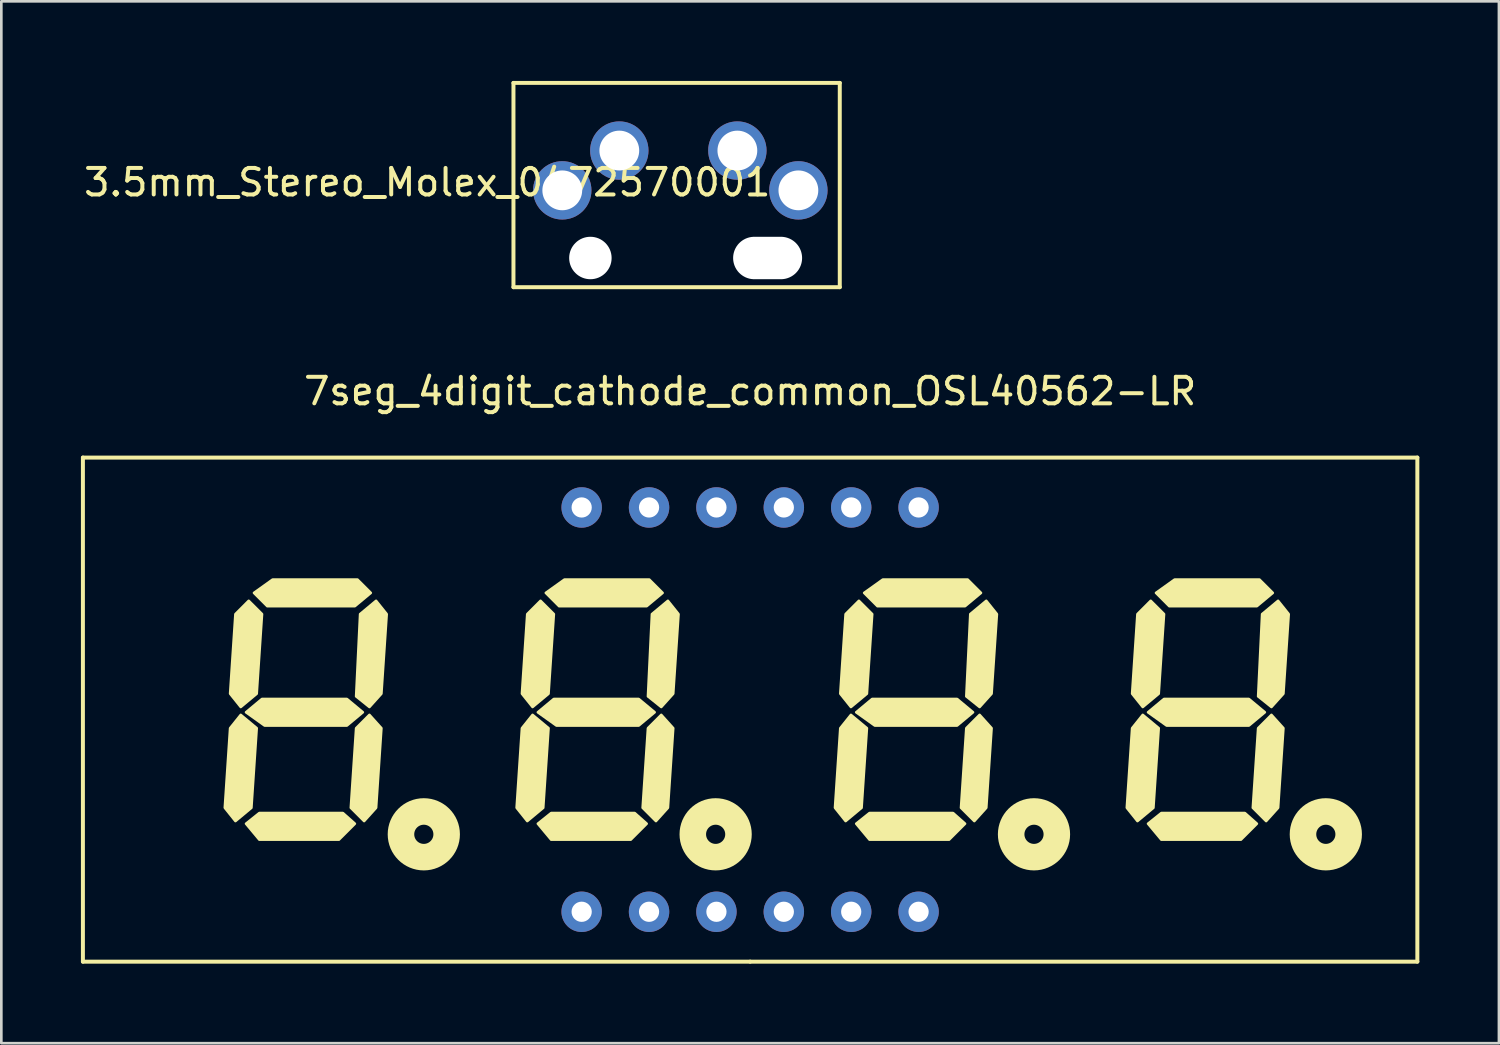
<source format=kicad_pcb>
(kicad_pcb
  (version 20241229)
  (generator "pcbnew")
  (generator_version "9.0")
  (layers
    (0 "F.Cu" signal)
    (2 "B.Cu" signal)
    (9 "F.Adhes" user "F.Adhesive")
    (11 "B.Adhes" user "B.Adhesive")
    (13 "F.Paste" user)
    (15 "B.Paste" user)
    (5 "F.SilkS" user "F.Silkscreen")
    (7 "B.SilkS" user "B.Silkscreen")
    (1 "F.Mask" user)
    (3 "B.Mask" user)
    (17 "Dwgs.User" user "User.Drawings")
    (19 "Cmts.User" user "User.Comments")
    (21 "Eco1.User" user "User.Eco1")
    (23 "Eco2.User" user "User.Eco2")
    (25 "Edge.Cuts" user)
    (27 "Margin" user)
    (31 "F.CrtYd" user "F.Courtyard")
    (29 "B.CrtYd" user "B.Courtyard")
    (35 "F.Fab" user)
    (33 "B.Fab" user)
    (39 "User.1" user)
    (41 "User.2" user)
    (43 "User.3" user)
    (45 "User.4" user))
  (footprint "3.5mm_Stereo_Molex_0472570001"
    (layer "F.Cu")
    (at 19.204 6.675)
    (property "Reference" "3.5mm_Stereo_Molex_0472570001" (at -6.15 -2.85 0) (layer "F.SilkS") (effects (font (size 1 1) (thickness 0.15))))
    (attr through_hole)
    (fp_line (start -2.9 -6.6) (end 9.4 -6.6) (stroke (width 0.15) (type solid)) (layer "F.SilkS"))
    (fp_line (start -2.9 1.1) (end -2.9 -6.6) (stroke (width 0.15) (type solid)) (layer "F.SilkS"))
    (fp_line (start 9.4 -6.6) (end 9.4 1.1) (stroke (width 0.15) (type solid)) (layer "F.SilkS"))
    (fp_line (start 9.4 1.1) (end -2.9 1.1) (stroke (width 0.15) (type solid)) (layer "F.SilkS"))
    (pad "" np_thru_hole circle (at 0 0) (size 1.6 1.6) (drill 1.6) (layers "*.Cu" "*.Mask"))
    (pad "" np_thru_hole oval (at 6.68 0) (size 2.6 1.6) (drill oval 2.6 1.6) (layers "*.Cu" "*.Mask"))
    (pad "R" thru_hole circle (at 1.09 -4.05) (size 2.2 2.2) (drill 1.5) (layers "*.Cu" "*.Mask"))
    (pad "S" thru_hole circle (at -1.06 -2.55) (size 2.2 2.2) (drill 1.5) (layers "*.Cu" "*.Mask"))
    (pad "T" thru_hole circle (at 7.84 -2.55) (size 2.2 2.2) (drill 1.5) (layers "*.Cu" "*.Mask"))
    (pad "TN" thru_hole circle (at 5.54 -4.05) (size 2.2 2.2) (drill 1.5) (layers "*.Cu" "*.Mask")))
  (footprint "7seg_4digit_cathode_common_OSL40562-LR"
    (layer "F.Cu")
    (at 25.225 23.698)
    (property "Reference" "7seg_4digit_cathode_common_OSL40562-LR" (at 0 -12 0) (layer "F.SilkS") (effects (font (size 1 1) (thickness 0.15))))
    (attr through_hole)
    (fp_line (start -25.15 -9.5) (end -25.15 9.5) (stroke (width 0.15) (type solid)) (layer "F.SilkS"))
    (fp_line (start -25.15 9.5) (end 0 9.5) (stroke (width 0.15) (type solid)) (layer "F.SilkS"))
    (fp_line (start 0 9.5) (end 25.15 9.5) (stroke (width 0.15) (type solid)) (layer "F.SilkS"))
    (fp_line (start 25.15 -9.5) (end -25.15 -9.5) (stroke (width 0.15) (type solid)) (layer "F.SilkS"))
    (fp_line (start 25.15 9.5) (end 25.15 -9.5) (stroke (width 0.15) (type solid)) (layer "F.SilkS"))
    (fp_circle (center -12.3 4.7) (end -11.939 4.7) (stroke (width 1) (type solid)) (fill no) (layer "F.SilkS"))
    (fp_circle (center -1.3 4.7) (end -0.939 4.7) (stroke (width 1) (type solid)) (fill no) (layer "F.SilkS"))
    (fp_circle (center 10.7 4.7) (end 11.061 4.7) (stroke (width 1) (type solid)) (fill no) (layer "F.SilkS"))
    (fp_circle (center 21.7 4.7) (end 22.061 4.7) (stroke (width 1) (type solid)) (fill no) (layer "F.SilkS"))
    (fp_poly (pts (xy -19.8 3.7) (xy -19.4 4.2) (xy -18.8 3.7) (xy -18.6 0.7) (xy -19.2 0.2) (xy -19.6 0.7)) (stroke (width 0.1) (type solid)) (fill yes) (layer "F.SilkS"))
    (fp_poly (pts (xy -19.6 -0.6) (xy -19.2 -0.1) (xy -18.6 -0.6) (xy -18.4 -3.6) (xy -18.9 -4.1) (xy -19.4 -3.6)) (stroke (width 0.1) (type solid)) (fill yes) (layer "F.SilkS"))
    (fp_poly (pts (xy -18.5 3.9) (xy -19 4.3) (xy -18.5 4.9) (xy -15.5 4.9) (xy -14.9 4.3) (xy -15.35 3.9)) (stroke (width 0.1) (type solid)) (fill yes) (layer "F.SilkS"))
    (fp_poly (pts (xy -18.4 -0.4) (xy -19 0.1) (xy -18.3 0.6) (xy -15.2 0.6) (xy -14.6 0.1) (xy -15.2 -0.4)) (stroke (width 0.1) (type solid)) (fill yes) (layer "F.SilkS"))
    (fp_poly (pts (xy -18 -4.9) (xy -18.7 -4.4) (xy -18.2 -3.9) (xy -14.9 -3.9) (xy -14.3 -4.4) (xy -14.8 -4.9)) (stroke (width 0.1) (type solid)) (fill yes) (layer "F.SilkS"))
    (fp_poly (pts (xy -15.05 3.7) (xy -14.55 4.2) (xy -14.1 3.7) (xy -13.9 0.7) (xy -14.35 0.2) (xy -14.85 0.7)) (stroke (width 0.1) (type solid)) (fill yes) (layer "F.SilkS"))
    (fp_poly (pts (xy -13.7 -3.6) (xy -14.1 -4.1) (xy -14.7 -3.6) (xy -14.85 -0.5) (xy -14.35 -0.1) (xy -13.9 -0.6)) (stroke (width 0.1) (type solid)) (fill yes) (layer "F.SilkS"))
    (fp_poly (pts (xy -8.8 3.7) (xy -8.4 4.2) (xy -7.8 3.7) (xy -7.6 0.7) (xy -8.2 0.2) (xy -8.6 0.7)) (stroke (width 0.1) (type solid)) (fill yes) (layer "F.SilkS"))
    (fp_poly (pts (xy -8.6 -0.6) (xy -8.2 -0.1) (xy -7.6 -0.6) (xy -7.4 -3.6) (xy -7.9 -4.1) (xy -8.4 -3.6)) (stroke (width 0.1) (type solid)) (fill yes) (layer "F.SilkS"))
    (fp_poly (pts (xy -7.5 3.9) (xy -8 4.3) (xy -7.5 4.9) (xy -4.5 4.9) (xy -3.9 4.3) (xy -4.35 3.9)) (stroke (width 0.1) (type solid)) (fill yes) (layer "F.SilkS"))
    (fp_poly (pts (xy -7.4 -0.4) (xy -8 0.1) (xy -7.3 0.6) (xy -4.2 0.6) (xy -3.6 0.1) (xy -4.2 -0.4)) (stroke (width 0.1) (type solid)) (fill yes) (layer "F.SilkS"))
    (fp_poly (pts (xy -7 -4.9) (xy -7.7 -4.4) (xy -7.2 -3.9) (xy -3.9 -3.9) (xy -3.3 -4.4) (xy -3.8 -4.9)) (stroke (width 0.1) (type solid)) (fill yes) (layer "F.SilkS"))
    (fp_poly (pts (xy -4.05 3.7) (xy -3.55 4.2) (xy -3.1 3.7) (xy -2.9 0.7) (xy -3.35 0.2) (xy -3.85 0.7)) (stroke (width 0.1) (type solid)) (fill yes) (layer "F.SilkS"))
    (fp_poly (pts (xy -2.7 -3.6) (xy -3.1 -4.1) (xy -3.7 -3.6) (xy -3.85 -0.5) (xy -3.35 -0.1) (xy -2.9 -0.6)) (stroke (width 0.1) (type solid)) (fill yes) (layer "F.SilkS"))
    (fp_poly (pts (xy 3.2 3.7) (xy 3.6 4.2) (xy 4.2 3.7) (xy 4.4 0.7) (xy 3.8 0.2) (xy 3.4 0.7)) (stroke (width 0.1) (type solid)) (fill yes) (layer "F.SilkS"))
    (fp_poly (pts (xy 3.4 -0.6) (xy 3.8 -0.1) (xy 4.4 -0.6) (xy 4.6 -3.6) (xy 4.1 -4.1) (xy 3.6 -3.6)) (stroke (width 0.1) (type solid)) (fill yes) (layer "F.SilkS"))
    (fp_poly (pts (xy 4.5 3.9) (xy 4 4.3) (xy 4.5 4.9) (xy 7.5 4.9) (xy 8.1 4.3) (xy 7.65 3.9)) (stroke (width 0.1) (type solid)) (fill yes) (layer "F.SilkS"))
    (fp_poly (pts (xy 4.6 -0.4) (xy 4 0.1) (xy 4.7 0.6) (xy 7.8 0.6) (xy 8.4 0.1) (xy 7.8 -0.4)) (stroke (width 0.1) (type solid)) (fill yes) (layer "F.SilkS"))
    (fp_poly (pts (xy 5 -4.9) (xy 4.3 -4.4) (xy 4.8 -3.9) (xy 8.1 -3.9) (xy 8.7 -4.4) (xy 8.2 -4.9)) (stroke (width 0.1) (type solid)) (fill yes) (layer "F.SilkS"))
    (fp_poly (pts (xy 7.95 3.7) (xy 8.45 4.2) (xy 8.9 3.7) (xy 9.1 0.7) (xy 8.65 0.2) (xy 8.15 0.7)) (stroke (width 0.1) (type solid)) (fill yes) (layer "F.SilkS"))
    (fp_poly (pts (xy 9.3 -3.6) (xy 8.9 -4.1) (xy 8.3 -3.6) (xy 8.15 -0.5) (xy 8.65 -0.1) (xy 9.1 -0.6)) (stroke (width 0.1) (type solid)) (fill yes) (layer "F.SilkS"))
    (fp_poly (pts (xy 14.2 3.7) (xy 14.6 4.2) (xy 15.2 3.7) (xy 15.4 0.7) (xy 14.8 0.2) (xy 14.4 0.7)) (stroke (width 0.1) (type solid)) (fill yes) (layer "F.SilkS"))
    (fp_poly (pts (xy 14.4 -0.6) (xy 14.8 -0.1) (xy 15.4 -0.6) (xy 15.6 -3.6) (xy 15.1 -4.1) (xy 14.6 -3.6)) (stroke (width 0.1) (type solid)) (fill yes) (layer "F.SilkS"))
    (fp_poly (pts (xy 15.5 3.9) (xy 15 4.3) (xy 15.5 4.9) (xy 18.5 4.9) (xy 19.1 4.3) (xy 18.65 3.9)) (stroke (width 0.1) (type solid)) (fill yes) (layer "F.SilkS"))
    (fp_poly (pts (xy 15.6 -0.4) (xy 15 0.1) (xy 15.7 0.6) (xy 18.8 0.6) (xy 19.4 0.1) (xy 18.8 -0.4)) (stroke (width 0.1) (type solid)) (fill yes) (layer "F.SilkS"))
    (fp_poly (pts (xy 16 -4.9) (xy 15.3 -4.4) (xy 15.8 -3.9) (xy 19.1 -3.9) (xy 19.7 -4.4) (xy 19.2 -4.9)) (stroke (width 0.1) (type solid)) (fill yes) (layer "F.SilkS"))
    (fp_poly (pts (xy 18.95 3.7) (xy 19.45 4.2) (xy 19.9 3.7) (xy 20.1 0.7) (xy 19.65 0.2) (xy 19.15 0.7)) (stroke (width 0.1) (type solid)) (fill yes) (layer "F.SilkS"))
    (fp_poly (pts (xy 20.3 -3.6) (xy 19.9 -4.1) (xy 19.3 -3.6) (xy 19.15 -0.5) (xy 19.65 -0.1) (xy 20.1 -0.6)) (stroke (width 0.1) (type solid)) (fill yes) (layer "F.SilkS"))
    (pad "1" thru_hole circle (at -6.35 7.62) (size 1.524 1.524) (drill 0.762) (layers "*.Cu" "*.Mask"))
    (pad "2" thru_hole circle (at -3.81 7.62) (size 1.524 1.524) (drill 0.762) (layers "*.Cu" "*.Mask"))
    (pad "3" thru_hole circle (at -1.27 7.62) (size 1.524 1.524) (drill 0.762) (layers "*.Cu" "*.Mask"))
    (pad "4" thru_hole circle (at 1.27 7.62) (size 1.524 1.524) (drill 0.762) (layers "*.Cu" "*.Mask"))
    (pad "5" thru_hole circle (at 3.81 7.62) (size 1.524 1.524) (drill 0.762) (layers "*.Cu" "*.Mask"))
    (pad "6" thru_hole circle (at 6.35 7.62) (size 1.524 1.524) (drill 0.762) (layers "*.Cu" "*.Mask"))
    (pad "7" thru_hole circle (at 6.35 -7.62) (size 1.524 1.524) (drill 0.762) (layers "*.Cu" "*.Mask"))
    (pad "8" thru_hole circle (at 3.81 -7.62) (size 1.524 1.524) (drill 0.762) (layers "*.Cu" "*.Mask"))
    (pad "9" thru_hole circle (at 1.27 -7.62) (size 1.524 1.524) (drill 0.762) (layers "*.Cu" "*.Mask"))
    (pad "10" thru_hole circle (at -1.27 -7.62) (size 1.524 1.524) (drill 0.762) (layers "*.Cu" "*.Mask"))
    (pad "11" thru_hole circle (at -3.81 -7.62) (size 1.524 1.524) (drill 0.762) (layers "*.Cu" "*.Mask"))
    (pad "12" thru_hole circle (at -6.35 -7.62) (size 1.524 1.524) (drill 0.762) (layers "*.Cu" "*.Mask")))
  (gr_rect
    (start -3 -3)
    (end 53.45 36.273)
    (stroke (width 0.1) (type default))
    (fill no)
    (layer "Edge.Cuts")))
</source>
